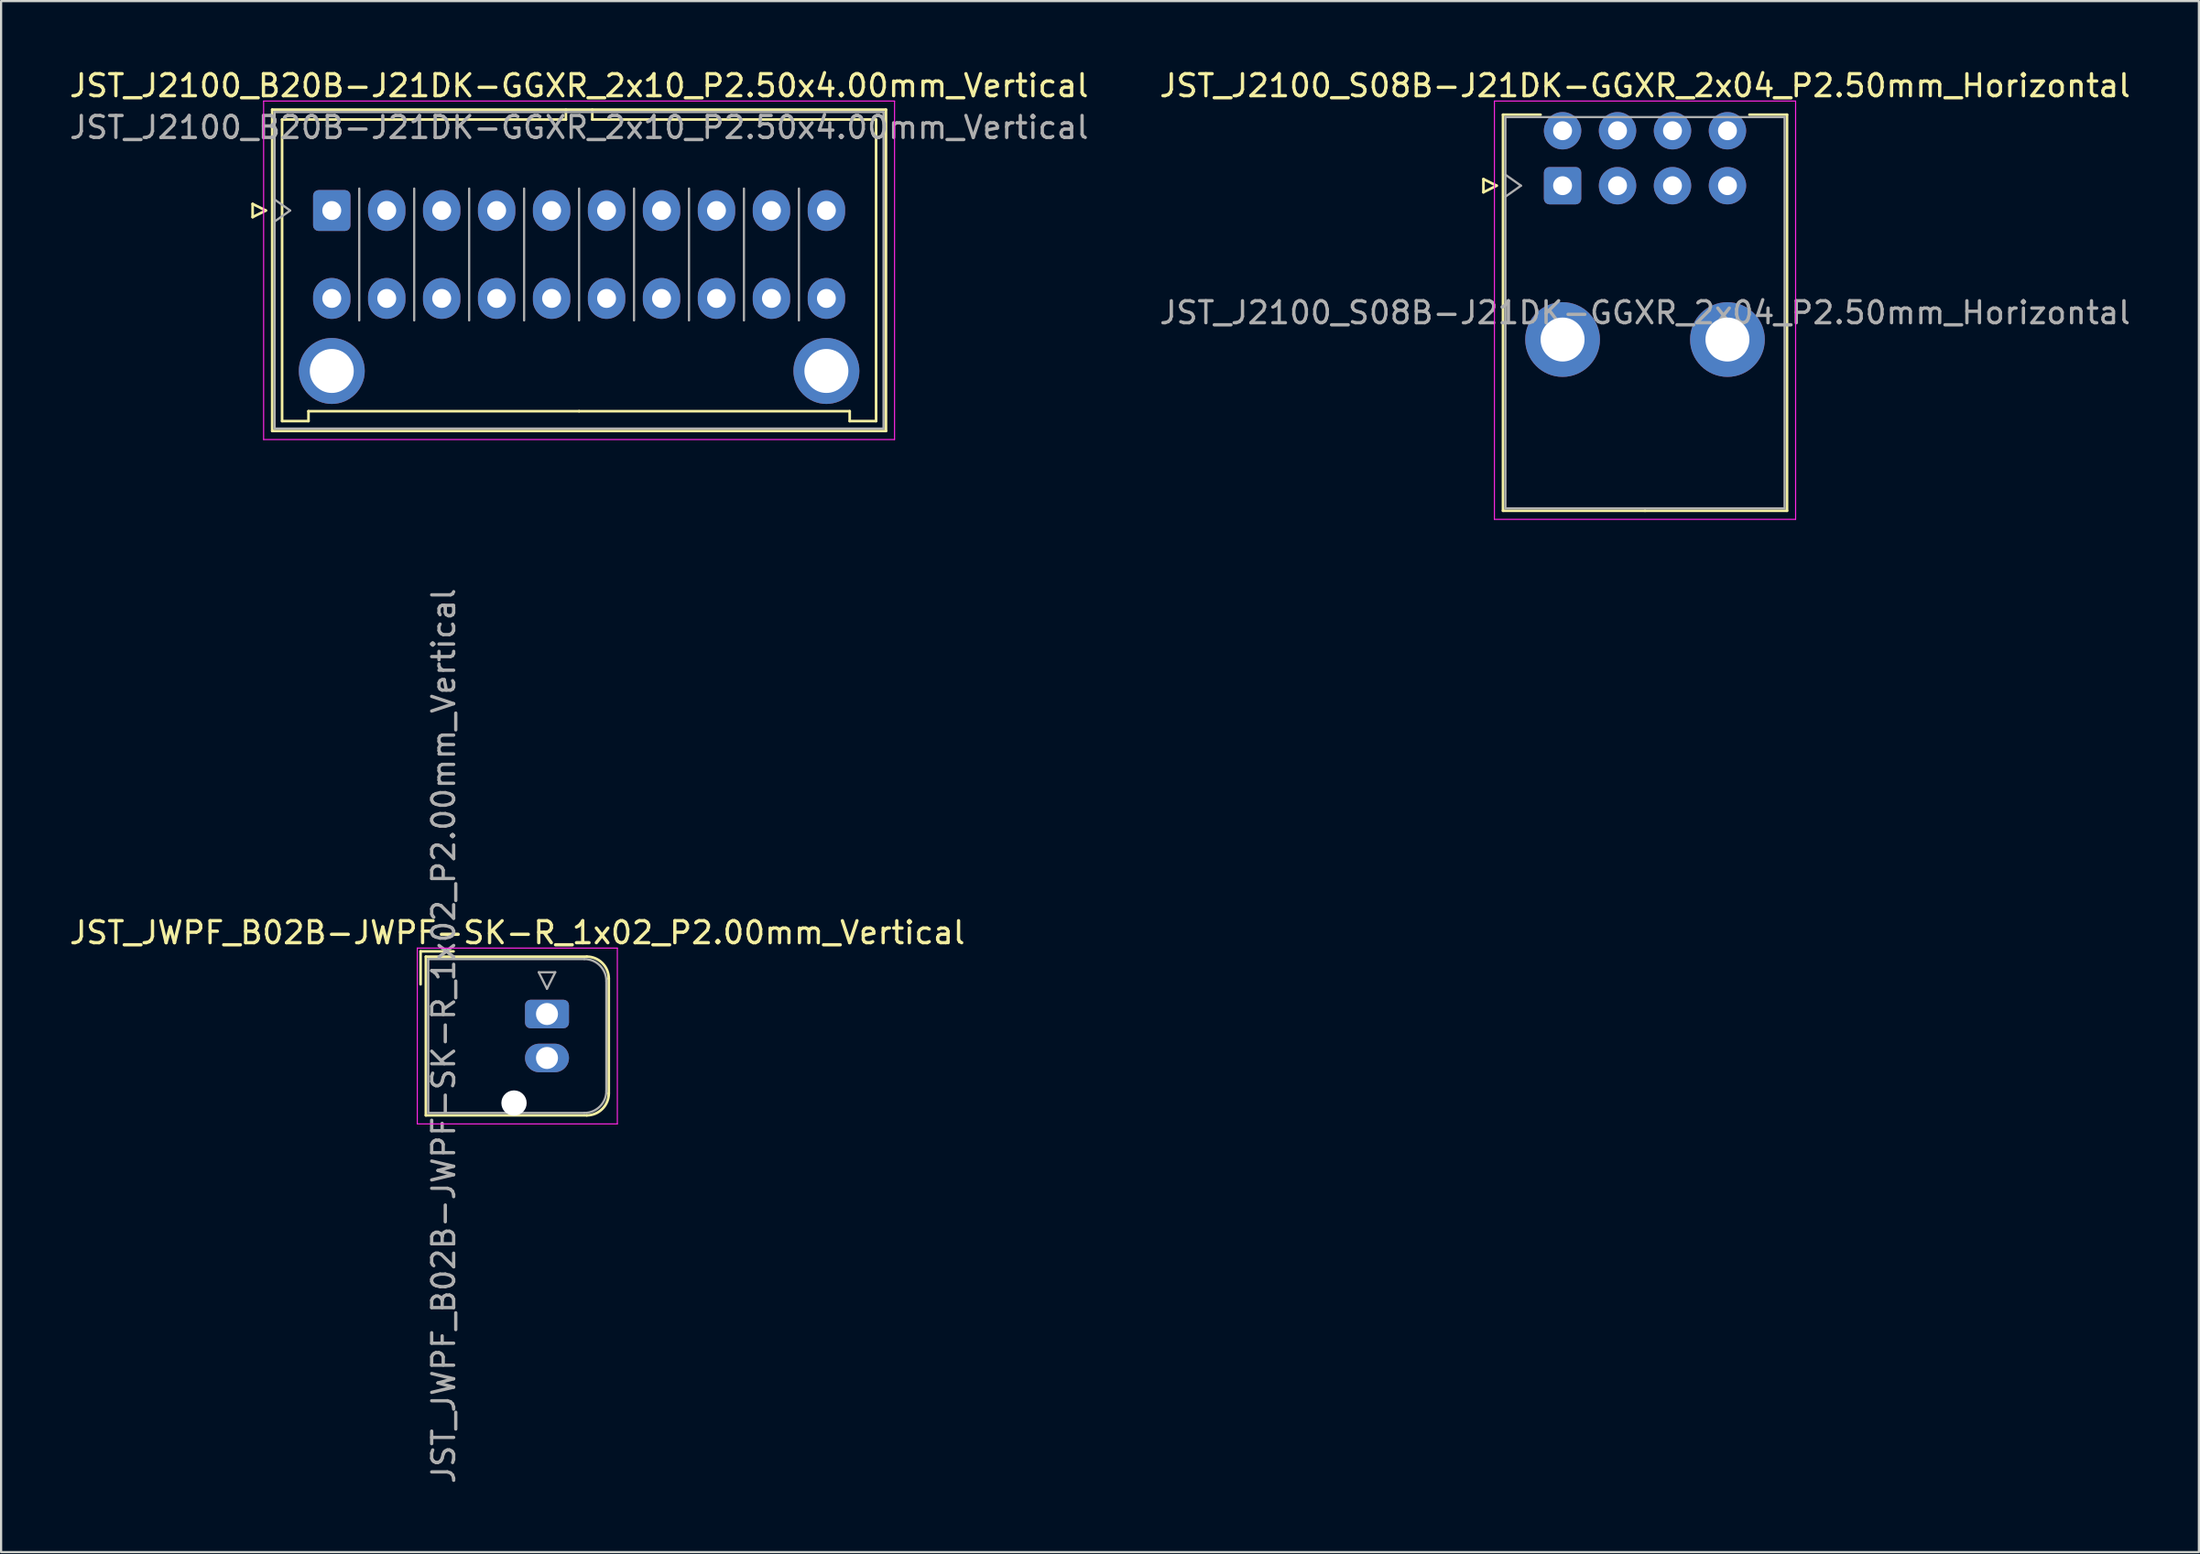
<source format=kicad_pcb>
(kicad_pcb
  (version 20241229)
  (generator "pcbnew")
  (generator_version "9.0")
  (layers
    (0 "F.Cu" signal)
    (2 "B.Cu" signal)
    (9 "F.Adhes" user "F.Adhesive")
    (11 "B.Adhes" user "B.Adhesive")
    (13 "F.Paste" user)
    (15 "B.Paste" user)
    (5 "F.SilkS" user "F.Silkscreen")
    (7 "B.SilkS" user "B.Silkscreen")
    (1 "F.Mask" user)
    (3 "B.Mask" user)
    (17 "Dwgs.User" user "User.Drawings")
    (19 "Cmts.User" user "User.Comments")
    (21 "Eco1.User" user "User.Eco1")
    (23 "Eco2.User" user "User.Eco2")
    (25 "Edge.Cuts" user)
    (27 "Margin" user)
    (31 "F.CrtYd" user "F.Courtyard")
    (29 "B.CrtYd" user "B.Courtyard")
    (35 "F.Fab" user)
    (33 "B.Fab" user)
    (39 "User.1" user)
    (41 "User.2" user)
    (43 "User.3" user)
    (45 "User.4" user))
  (footprint "JST_J2100_B20B-J21DK-GGXR_2x10_P2.50x4.00mm_Vertical"
    (layer "F.Cu")
    (at 12.042 6.528)
    (property "Reference" "JST_J2100_B20B-J21DK-GGXR_2x10_P2.50x4.00mm_Vertical" (at 11.25 -5.68 0) (layer "F.SilkS") (effects (font (size 1 1) (thickness 0.15))))
    (attr through_hole)
    (fp_line (start -3.6 -0.3) (end -3 0) (stroke (width 0.12) (type solid)) (layer "F.SilkS"))
    (fp_line (start -3.6 0.3) (end -3.6 -0.3) (stroke (width 0.12) (type solid)) (layer "F.SilkS"))
    (fp_line (start -3 0) (end -3.6 0.3) (stroke (width 0.12) (type solid)) (layer "F.SilkS"))
    (fp_line (start -2.71 -4.59) (end -2.71 10.03) (stroke (width 0.12) (type solid)) (layer "F.SilkS"))
    (fp_line (start -2.71 10.03) (end 25.21 10.03) (stroke (width 0.12) (type solid)) (layer "F.SilkS"))
    (fp_line (start -2.26 -4.14) (end -2.26 9.58) (stroke (width 0.12) (type solid)) (layer "F.SilkS"))
    (fp_line (start -2.26 9.58) (end -1.06 9.58) (stroke (width 0.12) (type solid)) (layer "F.SilkS"))
    (fp_line (start -1.06 9.13) (end 11.25 9.13) (stroke (width 0.12) (type solid)) (layer "F.SilkS"))
    (fp_line (start -1.06 9.58) (end -1.06 9.13) (stroke (width 0.12) (type solid)) (layer "F.SilkS"))
    (fp_line (start 10.65 -4.59) (end 10.65 -4.14) (stroke (width 0.12) (type solid)) (layer "F.SilkS"))
    (fp_line (start 10.65 -4.14) (end -2.26 -4.14) (stroke (width 0.12) (type solid)) (layer "F.SilkS"))
    (fp_line (start 11.85 -4.59) (end 11.85 -4.14) (stroke (width 0.12) (type solid)) (layer "F.SilkS"))
    (fp_line (start 11.85 -4.14) (end 24.76 -4.14) (stroke (width 0.12) (type solid)) (layer "F.SilkS"))
    (fp_line (start 23.56 9.13) (end 11.25 9.13) (stroke (width 0.12) (type solid)) (layer "F.SilkS"))
    (fp_line (start 23.56 9.58) (end 23.56 9.13) (stroke (width 0.12) (type solid)) (layer "F.SilkS"))
    (fp_line (start 24.76 -4.14) (end 24.76 9.58) (stroke (width 0.12) (type solid)) (layer "F.SilkS"))
    (fp_line (start 24.76 9.58) (end 23.56 9.58) (stroke (width 0.12) (type solid)) (layer "F.SilkS"))
    (fp_line (start 25.21 -4.59) (end -2.71 -4.59) (stroke (width 0.12) (type solid)) (layer "F.SilkS"))
    (fp_line (start 25.21 10.03) (end 25.21 -4.59) (stroke (width 0.12) (type solid)) (layer "F.SilkS"))
    (fp_line (start -3.1 -4.98) (end -3.1 10.42) (stroke (width 0.05) (type solid)) (layer "F.CrtYd"))
    (fp_line (start -3.1 10.42) (end 25.6 10.42) (stroke (width 0.05) (type solid)) (layer "F.CrtYd"))
    (fp_line (start 25.6 -4.98) (end -3.1 -4.98) (stroke (width 0.05) (type solid)) (layer "F.CrtYd"))
    (fp_line (start 25.6 10.42) (end 25.6 -4.98) (stroke (width 0.05) (type solid)) (layer "F.CrtYd"))
    (fp_line (start -2.6 -4.48) (end -2.6 9.92) (stroke (width 0.1) (type solid)) (layer "F.Fab"))
    (fp_line (start -2.6 0.5) (end -1.893 0) (stroke (width 0.1) (type solid)) (layer "F.Fab"))
    (fp_line (start -2.6 9.92) (end 25.1 9.92) (stroke (width 0.1) (type solid)) (layer "F.Fab"))
    (fp_line (start -1.893 0) (end -2.6 -0.5) (stroke (width 0.1) (type solid)) (layer "F.Fab"))
    (fp_line (start 1.25 5) (end 1.25 -1) (stroke (width 0.1) (type solid)) (layer "F.Fab"))
    (fp_line (start 3.75 5) (end 3.75 -1) (stroke (width 0.1) (type solid)) (layer "F.Fab"))
    (fp_line (start 6.25 5) (end 6.25 -1) (stroke (width 0.1) (type solid)) (layer "F.Fab"))
    (fp_line (start 8.75 5) (end 8.75 -1) (stroke (width 0.1) (type solid)) (layer "F.Fab"))
    (fp_line (start 11.25 5) (end 11.25 -1) (stroke (width 0.1) (type solid)) (layer "F.Fab"))
    (fp_line (start 13.75 5) (end 13.75 -1) (stroke (width 0.1) (type solid)) (layer "F.Fab"))
    (fp_line (start 16.25 5) (end 16.25 -1) (stroke (width 0.1) (type solid)) (layer "F.Fab"))
    (fp_line (start 18.75 5) (end 18.75 -1) (stroke (width 0.1) (type solid)) (layer "F.Fab"))
    (fp_line (start 21.25 5) (end 21.25 -1) (stroke (width 0.1) (type solid)) (layer "F.Fab"))
    (fp_line (start 25.1 -4.48) (end -2.6 -4.48) (stroke (width 0.1) (type solid)) (layer "F.Fab"))
    (fp_line (start 25.1 9.92) (end 25.1 -4.48) (stroke (width 0.1) (type solid)) (layer "F.Fab"))
    (fp_text user "${REFERENCE}" (at 11.25 -3.78 0) (layer "F.Fab") (effects (font (size 1 1) (thickness 0.15))))
    (pad "" thru_hole circle (at 0 7.3) (size 3 3) (drill 2) (layers "*.Cu" "*.Mask"))
    (pad "" thru_hole circle (at 22.5 7.3) (size 3 3) (drill 2) (layers "*.Cu" "*.Mask"))
    (pad "1" thru_hole roundrect (at 0 0) (size 1.7 1.86) (drill 0.86) (layers "*.Cu" "*.Mask") (roundrect_rratio 0.147))
    (pad "2" thru_hole oval (at 2.5 0) (size 1.7 1.86) (drill 0.86) (layers "*.Cu" "*.Mask"))
    (pad "3" thru_hole oval (at 5 0) (size 1.7 1.86) (drill 0.86) (layers "*.Cu" "*.Mask"))
    (pad "4" thru_hole oval (at 7.5 0) (size 1.7 1.86) (drill 0.86) (layers "*.Cu" "*.Mask"))
    (pad "5" thru_hole oval (at 10 0) (size 1.7 1.86) (drill 0.86) (layers "*.Cu" "*.Mask"))
    (pad "6" thru_hole oval (at 12.5 0) (size 1.7 1.86) (drill 0.86) (layers "*.Cu" "*.Mask"))
    (pad "7" thru_hole oval (at 15 0) (size 1.7 1.86) (drill 0.86) (layers "*.Cu" "*.Mask"))
    (pad "8" thru_hole oval (at 17.5 0) (size 1.7 1.86) (drill 0.86) (layers "*.Cu" "*.Mask"))
    (pad "9" thru_hole oval (at 20 0) (size 1.7 1.86) (drill 0.86) (layers "*.Cu" "*.Mask"))
    (pad "10" thru_hole oval (at 22.5 0) (size 1.7 1.86) (drill 0.86) (layers "*.Cu" "*.Mask"))
    (pad "11" thru_hole oval (at 0 4) (size 1.7 1.86) (drill 0.86) (layers "*.Cu" "*.Mask"))
    (pad "12" thru_hole oval (at 2.5 4) (size 1.7 1.86) (drill 0.86) (layers "*.Cu" "*.Mask"))
    (pad "13" thru_hole oval (at 5 4) (size 1.7 1.86) (drill 0.86) (layers "*.Cu" "*.Mask"))
    (pad "14" thru_hole oval (at 7.5 4) (size 1.7 1.86) (drill 0.86) (layers "*.Cu" "*.Mask"))
    (pad "15" thru_hole oval (at 10 4) (size 1.7 1.86) (drill 0.86) (layers "*.Cu" "*.Mask"))
    (pad "16" thru_hole oval (at 12.5 4) (size 1.7 1.86) (drill 0.86) (layers "*.Cu" "*.Mask"))
    (pad "17" thru_hole oval (at 15 4) (size 1.7 1.86) (drill 0.86) (layers "*.Cu" "*.Mask"))
    (pad "18" thru_hole oval (at 17.5 4) (size 1.7 1.86) (drill 0.86) (layers "*.Cu" "*.Mask"))
    (pad "19" thru_hole oval (at 20 4) (size 1.7 1.86) (drill 0.86) (layers "*.Cu" "*.Mask"))
    (pad "20" thru_hole oval (at 22.5 4) (size 1.7 1.86) (drill 0.86) (layers "*.Cu" "*.Mask")))
  (footprint "JST_J2100_S08B-J21DK-GGXR_2x04_P2.50mm_Horizontal"
    (layer "F.Cu")
    (at 68.03 5.398)
    (property "Reference" "JST_J2100_S08B-J21DK-GGXR_2x04_P2.50mm_Horizontal" (at 3.75 -4.55 0) (layer "F.SilkS") (effects (font (size 1 1) (thickness 0.15))))
    (attr through_hole)
    (fp_line (start -3.6 -0.3) (end -3 0) (stroke (width 0.12) (type solid)) (layer "F.SilkS"))
    (fp_line (start -3.6 0.3) (end -3.6 -0.3) (stroke (width 0.12) (type solid)) (layer "F.SilkS"))
    (fp_line (start -3 0) (end -3.6 0.3) (stroke (width 0.12) (type solid)) (layer "F.SilkS"))
    (fp_line (start -2.71 -3.23) (end -2.71 14.79) (stroke (width 0.12) (type solid)) (layer "F.SilkS"))
    (fp_line (start -2.71 14.79) (end 3.75 14.79) (stroke (width 0.12) (type solid)) (layer "F.SilkS"))
    (fp_line (start -1 -3.23) (end -2.71 -3.23) (stroke (width 0.12) (type solid)) (layer "F.SilkS"))
    (fp_line (start 8.5 -3.23) (end 10.21 -3.23) (stroke (width 0.12) (type solid)) (layer "F.SilkS"))
    (fp_line (start 10.21 -3.23) (end 10.21 14.79) (stroke (width 0.12) (type solid)) (layer "F.SilkS"))
    (fp_line (start 10.21 14.79) (end 3.75 14.79) (stroke (width 0.12) (type solid)) (layer "F.SilkS"))
    (fp_line (start -3.1 -3.85) (end -3.1 15.18) (stroke (width 0.05) (type solid)) (layer "F.CrtYd"))
    (fp_line (start -3.1 15.18) (end 10.6 15.18) (stroke (width 0.05) (type solid)) (layer "F.CrtYd"))
    (fp_line (start 10.6 -3.85) (end -3.1 -3.85) (stroke (width 0.05) (type solid)) (layer "F.CrtYd"))
    (fp_line (start 10.6 15.18) (end 10.6 -3.85) (stroke (width 0.05) (type solid)) (layer "F.CrtYd"))
    (fp_line (start -2.6 -3.12) (end -2.6 14.68) (stroke (width 0.1) (type solid)) (layer "F.Fab"))
    (fp_line (start -2.6 0.5) (end -1.893 0) (stroke (width 0.1) (type solid)) (layer "F.Fab"))
    (fp_line (start -2.6 14.68) (end 10.1 14.68) (stroke (width 0.1) (type solid)) (layer "F.Fab"))
    (fp_line (start -1.893 0) (end -2.6 -0.5) (stroke (width 0.1) (type solid)) (layer "F.Fab"))
    (fp_line (start 10.1 -3.12) (end -2.6 -3.12) (stroke (width 0.1) (type solid)) (layer "F.Fab"))
    (fp_line (start 10.1 14.68) (end 10.1 -3.12) (stroke (width 0.1) (type solid)) (layer "F.Fab"))
    (fp_text user "${REFERENCE}" (at 3.75 5.78 0) (layer "F.Fab") (effects (font (size 1 1) (thickness 0.15))))
    (pad "" thru_hole circle (at 0 7) (size 3.4 3.4) (drill 2) (layers "*.Cu" "*.Mask"))
    (pad "" thru_hole circle (at 7.5 7) (size 3.4 3.4) (drill 2) (layers "*.Cu" "*.Mask"))
    (pad "1" thru_hole roundrect (at 0 0) (size 1.7 1.7) (drill 0.86) (layers "*.Cu" "*.Mask") (roundrect_rratio 0.147))
    (pad "2" thru_hole circle (at 2.5 0) (size 1.7 1.7) (drill 0.86) (layers "*.Cu" "*.Mask"))
    (pad "3" thru_hole circle (at 5 0) (size 1.7 1.7) (drill 0.86) (layers "*.Cu" "*.Mask"))
    (pad "4" thru_hole circle (at 7.5 0) (size 1.7 1.7) (drill 0.86) (layers "*.Cu" "*.Mask"))
    (pad "5" thru_hole circle (at 0 -2.5) (size 1.7 1.7) (drill 0.86) (layers "*.Cu" "*.Mask"))
    (pad "6" thru_hole circle (at 2.5 -2.5) (size 1.7 1.7) (drill 0.86) (layers "*.Cu" "*.Mask"))
    (pad "7" thru_hole circle (at 5 -2.5) (size 1.7 1.7) (drill 0.86) (layers "*.Cu" "*.Mask"))
    (pad "8" thru_hole circle (at 7.5 -2.5) (size 1.7 1.7) (drill 0.86) (layers "*.Cu" "*.Mask")))
  (footprint "JST_JWPF_B02B-JWPF-SK-R_1x02_P2.00mm_Vertical"
    (layer "F.Cu")
    (at 21.832 43.085)
    (property "Reference" "JST_JWPF_B02B-JWPF-SK-R_1x02_P2.00mm_Vertical" (at -1.35 -3.7 0) (layer "F.SilkS") (effects (font (size 1 1) (thickness 0.15))))
    (attr through_hole)
    (fp_line (start -5.75 -2.85) (end -4.25 -2.85) (stroke (width 0.12) (type solid)) (layer "F.SilkS"))
    (fp_line (start -5.75 -1.35) (end -5.75 -2.85) (stroke (width 0.12) (type solid)) (layer "F.SilkS"))
    (fp_line (start -5.51 -2.61) (end -5.51 4.61) (stroke (width 0.12) (type solid)) (layer "F.SilkS"))
    (fp_line (start -5.51 4.61) (end 1.81 4.61) (stroke (width 0.12) (type solid)) (layer "F.SilkS"))
    (fp_line (start 1.81 -2.61) (end -5.51 -2.61) (stroke (width 0.12) (type solid)) (layer "F.SilkS"))
    (fp_line (start 2.81 -1.61) (end 2.81 3.61) (stroke (width 0.12) (type solid)) (layer "F.SilkS"))
    (fp_arc (start 1.81 -2.61) (mid 2.517107 -2.317107) (end 2.81 -1.61) (stroke (width 0.12) (type solid)) (layer "F.SilkS"))
    (fp_arc (start 2.81 3.61) (mid 2.517107 4.317107) (end 1.81 4.61) (stroke (width 0.12) (type solid)) (layer "F.SilkS"))
    (fp_line (start -5.9 -3) (end -5.9 5) (stroke (width 0.05) (type solid)) (layer "F.CrtYd"))
    (fp_line (start -5.9 5) (end 3.2 5) (stroke (width 0.05) (type solid)) (layer "F.CrtYd"))
    (fp_line (start 3.2 -3) (end -5.9 -3) (stroke (width 0.05) (type solid)) (layer "F.CrtYd"))
    (fp_line (start 3.2 5) (end 3.2 -3) (stroke (width 0.05) (type solid)) (layer "F.CrtYd"))
    (fp_line (start -5.4 -2.5) (end -5.4 4.5) (stroke (width 0.1) (type solid)) (layer "F.Fab"))
    (fp_line (start -5.4 4.5) (end 1.7 4.5) (stroke (width 0.1) (type solid)) (layer "F.Fab"))
    (fp_line (start -0.375 -1.9) (end 0.375 -1.9) (stroke (width 0.1) (type solid)) (layer "F.Fab"))
    (fp_line (start 0 -1.15) (end -0.375 -1.9) (stroke (width 0.1) (type solid)) (layer "F.Fab"))
    (fp_line (start 0.375 -1.9) (end 0 -1.15) (stroke (width 0.1) (type solid)) (layer "F.Fab"))
    (fp_line (start 1.7 -2.5) (end -5.4 -2.5) (stroke (width 0.1) (type solid)) (layer "F.Fab"))
    (fp_line (start 2.7 -1.5) (end 2.7 3.5) (stroke (width 0.1) (type solid)) (layer "F.Fab"))
    (fp_arc (start 1.7 -2.5) (mid 2.407107 -2.207107) (end 2.7 -1.5) (stroke (width 0.1) (type solid)) (layer "F.Fab"))
    (fp_arc (start 2.7 3.5) (mid 2.407107 4.207107) (end 1.7 4.5) (stroke (width 0.1) (type solid)) (layer "F.Fab"))
    (fp_text user "${REFERENCE}" (at -4.7 1 90) (layer "F.Fab") (effects (font (size 1 1) (thickness 0.15))))
    (pad "" np_thru_hole circle (at -1.5 4.05) (size 1.15 1.15) (drill 1.15) (layers "*.Cu" "*.Mask"))
    (pad "1" thru_hole roundrect (at 0 0) (size 2 1.3) (drill 1) (layers "*.Cu" "*.Mask") (roundrect_rratio 0.192))
    (pad "2" thru_hole oval (at 0 2) (size 2 1.3) (drill 1) (layers "*.Cu" "*.Mask")))
  (gr_rect
    (start -3 -3)
    (end 96.976 67.568)
    (stroke (width 0.1) (type default))
    (fill no)
    (layer "Edge.Cuts")))
</source>
